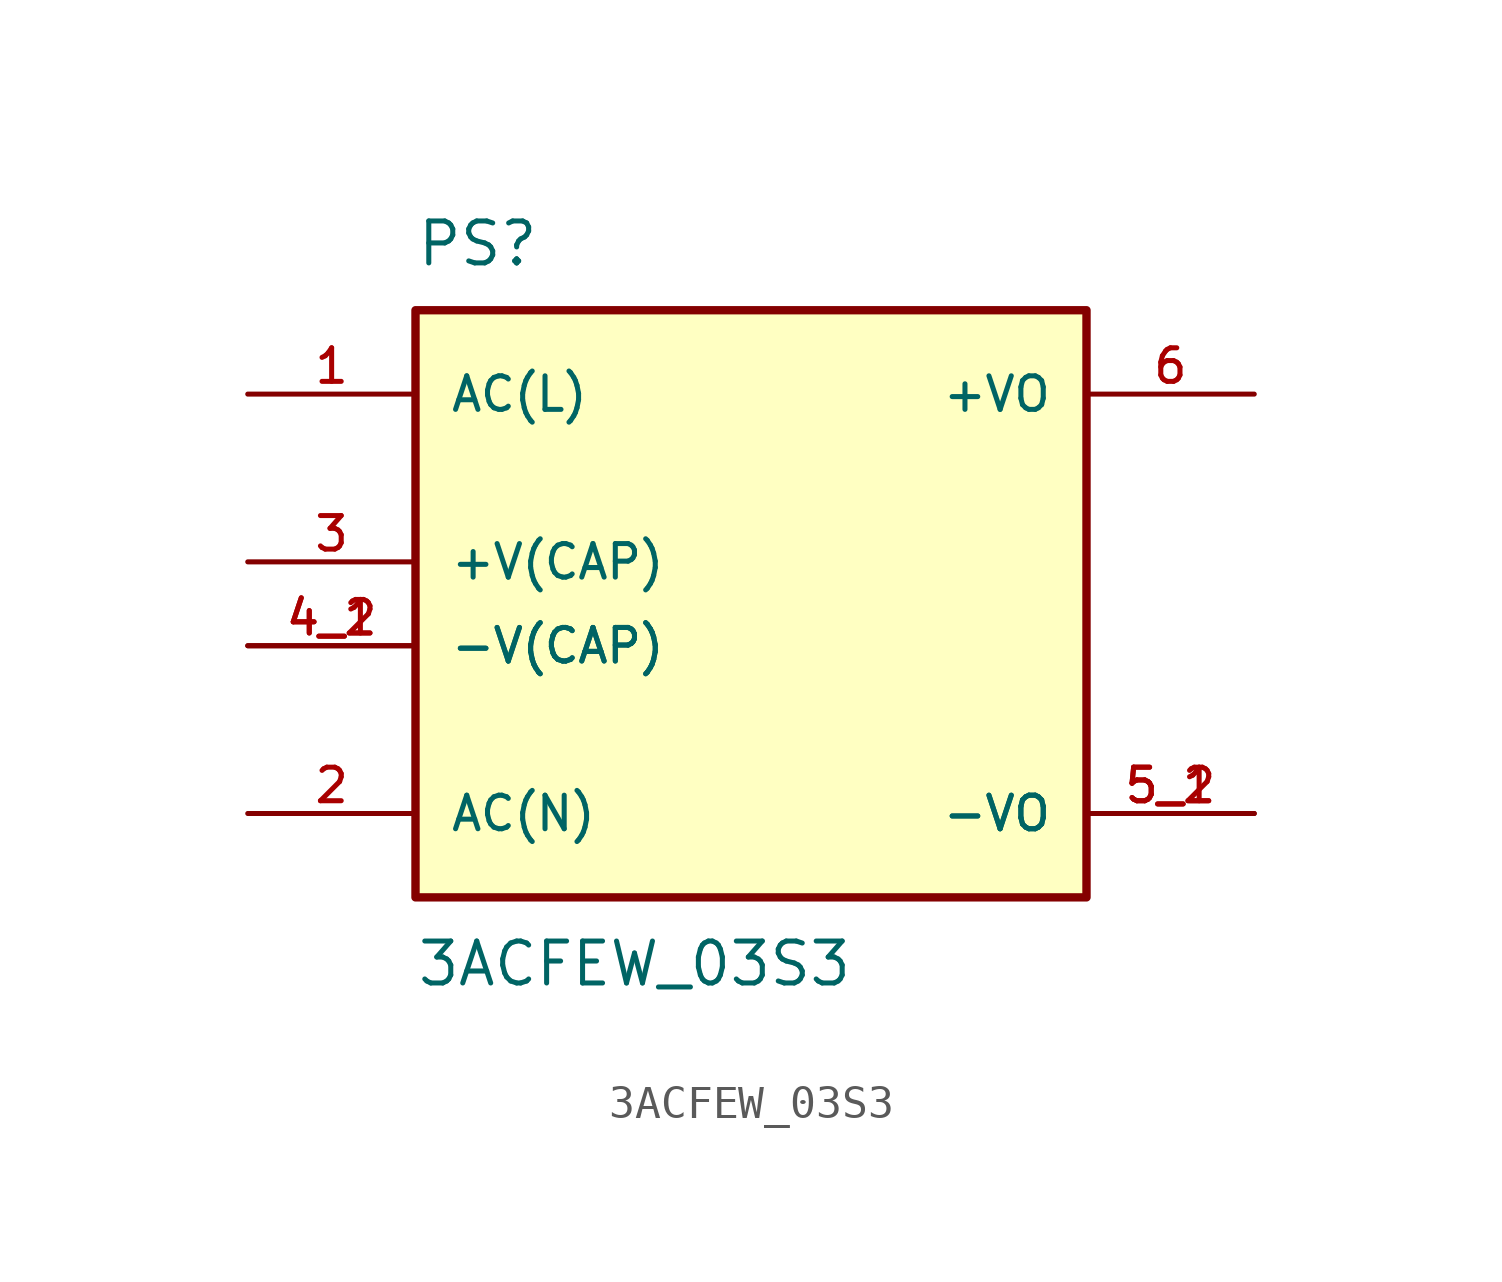
<source format=kicad_sym>
(kicad_symbol_lib
  (version 20231120)
  (generator "kicad_symbol_editor")
  (generator_version "8.0")
  (symbol "3ACFEW_03S3"
    (pin_names
      (offset 1.016))
    (property "Reference" "PS"
      (at -10.16 8.89 0)
      (effects (font (size 1.27 1.27)) (justify left bottom)))
    (property "Value" "3ACFEW_03S3"
      (at -10.16 -11.43 0)
      (effects (font (size 1.27 1.27)) (justify left top)))
    (symbol "3ACFEW_03S3_0_0"
      (rectangle (start -10.16 7.62) (end 10.16 -10.16) (stroke (width 0.254) (type default)) (fill (type background)))
      (pin input line (at -15.24 5.08 0) (length 5.08) (name "AC(L)" (effects (font (size 1.016 1.016)))) (number "1" (effects (font (size 1.016 1.016)))))
      (pin input line (at -15.24 -7.62 0) (length 5.08) (name "AC(N)" (effects (font (size 1.016 1.016)))) (number "2" (effects (font (size 1.016 1.016)))))
      (pin passive line (at -15.24 0 0) (length 5.08) (name "+V(CAP)" (effects (font (size 1.016 1.016)))) (number "3" (effects (font (size 1.016 1.016)))))
      (pin passive line (at -15.24 -2.54 0) (length 5.08) (name "-V(CAP)" (effects (font (size 1.016 1.016)))) (number "4_1" (effects (font (size 1.016 1.016)))))
      (pin passive line (at -15.24 -2.54 0) (length 5.08) (name "-V(CAP)" (effects (font (size 1.016 1.016)))) (number "4_2" (effects (font (size 1.016 1.016))))))
    (symbol "3ACFEW_03S3_1_0"
      (pin power_out line (at 15.24 -7.62 180) (length 5.08) (name "-VO" (effects (font (size 1.016 1.016)))) (number "5_1" (effects (font (size 1.016 1.016)))))
      (pin power_out line (at 15.24 -7.62 180) (length 5.08) (name "-VO" (effects (font (size 1.016 1.016)))) (number "5_2" (effects (font (size 1.016 1.016)))))
      (pin output line (at 15.24 5.08 180) (length 5.08) (name "+VO" (effects (font (size 1.016 1.016)))) (number "6" (effects (font (size 1.016 1.016))))))))
</source>
